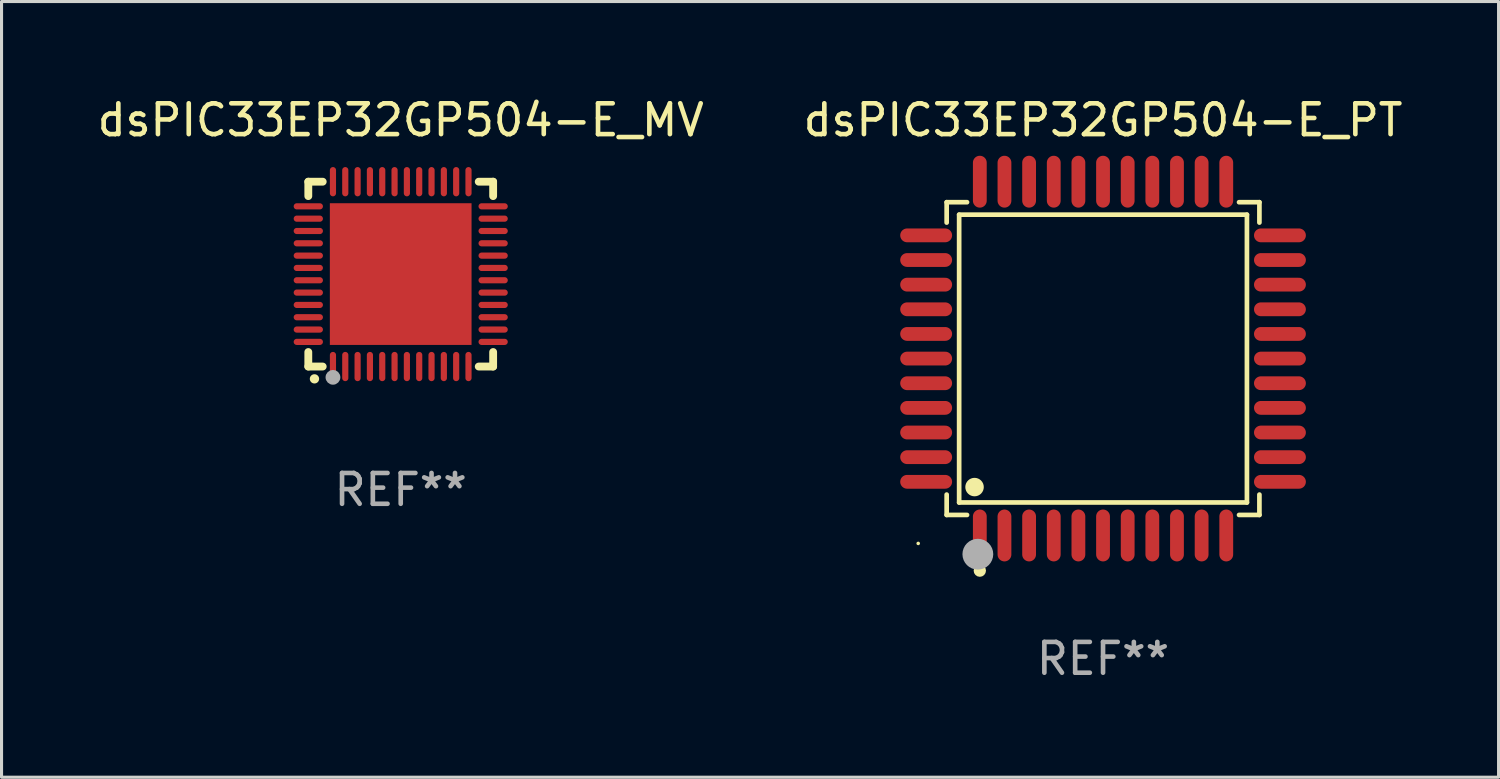
<source format=kicad_pcb>
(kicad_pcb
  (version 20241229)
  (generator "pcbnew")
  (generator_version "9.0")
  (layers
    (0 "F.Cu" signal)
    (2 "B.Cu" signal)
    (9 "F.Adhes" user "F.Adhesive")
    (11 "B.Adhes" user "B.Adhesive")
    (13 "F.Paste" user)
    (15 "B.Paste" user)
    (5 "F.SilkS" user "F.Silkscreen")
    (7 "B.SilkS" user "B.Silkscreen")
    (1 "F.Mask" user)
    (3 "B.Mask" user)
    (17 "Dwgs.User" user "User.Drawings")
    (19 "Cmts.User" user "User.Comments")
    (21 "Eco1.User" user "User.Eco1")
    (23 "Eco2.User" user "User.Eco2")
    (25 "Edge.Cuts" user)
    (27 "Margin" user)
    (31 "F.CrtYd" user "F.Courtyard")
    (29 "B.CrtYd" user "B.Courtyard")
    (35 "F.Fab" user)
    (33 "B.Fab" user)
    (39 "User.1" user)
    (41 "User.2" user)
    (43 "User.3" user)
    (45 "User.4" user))
  (footprint "dsPIC33EP32GP504-E_MV"
    (layer "F.Cu")
    (at 9.958 5.848)
    (property "Reference" "dsPIC33EP32GP504-E_MV" (at 0 -5 0) (layer "F.SilkS") (effects (font (size 1 1) (thickness 0.15))))
    (attr through_hole)
    (fp_line (start -3 -3) (end -2.532 -3) (stroke (width 0.254) (type solid)) (layer "F.SilkS"))
    (fp_line (start -3 -2.532) (end -3 -3) (stroke (width 0.254) (type solid)) (layer "F.SilkS"))
    (fp_line (start -3 3) (end -3 2.529) (stroke (width 0.254) (type solid)) (layer "F.SilkS"))
    (fp_line (start -2.532 3) (end -3 3) (stroke (width 0.254) (type solid)) (layer "F.SilkS"))
    (fp_line (start 2.532 -3) (end 3 -3) (stroke (width 0.254) (type solid)) (layer "F.SilkS"))
    (fp_line (start 3 -3) (end 3 -2.532) (stroke (width 0.254) (type solid)) (layer "F.SilkS"))
    (fp_line (start 3 2.529) (end 3 3) (stroke (width 0.254) (type solid)) (layer "F.SilkS"))
    (fp_line (start 3 3) (end 2.532 3) (stroke (width 0.254) (type solid)) (layer "F.SilkS"))
    (fp_arc (start -2.801295 3.400025) (mid -2.800025 3.40002) (end -2.798755 3.400025) (stroke (width 0.3) (type solid)) (layer "F.SilkS"))
    (fp_circle (center -3 3) (end -2.97 3) (stroke (width 0.06) (type solid)) (fill no) (layer "F.SilkS"))
    (fp_circle (center -2.2 3.35) (end -2.08 3.35) (stroke (width 0.24) (type solid)) (fill no) (layer "F.Fab"))
    (fp_text user "REF**" (at 0 7 0) (layer "F.Fab") (effects (font (size 1 1) (thickness 0.15))))
    (pad "1" smd oval (at -2.2 3) (size 0.2 0.95) (layers "F.Cu" "F.Mask" "F.Paste"))
    (pad "2" smd oval (at -1.8 3) (size 0.2 0.95) (layers "F.Cu" "F.Mask" "F.Paste"))
    (pad "3" smd oval (at -1.4 3) (size 0.2 0.95) (layers "F.Cu" "F.Mask" "F.Paste"))
    (pad "4" smd oval (at -1 3) (size 0.2 0.95) (layers "F.Cu" "F.Mask" "F.Paste"))
    (pad "5" smd oval (at -0.6 3) (size 0.2 0.95) (layers "F.Cu" "F.Mask" "F.Paste"))
    (pad "6" smd oval (at -0.2 3) (size 0.2 0.95) (layers "F.Cu" "F.Mask" "F.Paste"))
    (pad "7" smd oval (at 0.2 3) (size 0.2 0.95) (layers "F.Cu" "F.Mask" "F.Paste"))
    (pad "8" smd oval (at 0.6 3) (size 0.2 0.95) (layers "F.Cu" "F.Mask" "F.Paste"))
    (pad "9" smd oval (at 1 3) (size 0.2 0.95) (layers "F.Cu" "F.Mask" "F.Paste"))
    (pad "10" smd oval (at 1.4 3) (size 0.2 0.95) (layers "F.Cu" "F.Mask" "F.Paste"))
    (pad "11" smd oval (at 1.8 3) (size 0.2 0.95) (layers "F.Cu" "F.Mask" "F.Paste"))
    (pad "12" smd oval (at 2.2 3) (size 0.2 0.95) (layers "F.Cu" "F.Mask" "F.Paste"))
    (pad "13" smd oval (at 3 2.2 90) (size 0.2 0.95) (layers "F.Cu" "F.Mask" "F.Paste"))
    (pad "14" smd oval (at 3 1.8 90) (size 0.2 0.95) (layers "F.Cu" "F.Mask" "F.Paste"))
    (pad "15" smd oval (at 3 1.4 90) (size 0.2 0.95) (layers "F.Cu" "F.Mask" "F.Paste"))
    (pad "16" smd oval (at 3 1 90) (size 0.2 0.95) (layers "F.Cu" "F.Mask" "F.Paste"))
    (pad "17" smd oval (at 3 0.6 90) (size 0.2 0.95) (layers "F.Cu" "F.Mask" "F.Paste"))
    (pad "18" smd oval (at 3 0.2 90) (size 0.2 0.95) (layers "F.Cu" "F.Mask" "F.Paste"))
    (pad "19" smd oval (at 3 -0.2 90) (size 0.2 0.95) (layers "F.Cu" "F.Mask" "F.Paste"))
    (pad "20" smd oval (at 3 -0.6 90) (size 0.2 0.95) (layers "F.Cu" "F.Mask" "F.Paste"))
    (pad "21" smd oval (at 3 -1 90) (size 0.2 0.95) (layers "F.Cu" "F.Mask" "F.Paste"))
    (pad "22" smd oval (at 3 -1.4 90) (size 0.2 0.95) (layers "F.Cu" "F.Mask" "F.Paste"))
    (pad "23" smd oval (at 3 -1.8 90) (size 0.2 0.95) (layers "F.Cu" "F.Mask" "F.Paste"))
    (pad "24" smd oval (at 3 -2.2 90) (size 0.2 0.95) (layers "F.Cu" "F.Mask" "F.Paste"))
    (pad "25" smd oval (at 2.2 -3 180) (size 0.2 0.95) (layers "F.Cu" "F.Mask" "F.Paste"))
    (pad "26" smd oval (at 1.8 -3 180) (size 0.2 0.95) (layers "F.Cu" "F.Mask" "F.Paste"))
    (pad "27" smd oval (at 1.4 -3 180) (size 0.2 0.95) (layers "F.Cu" "F.Mask" "F.Paste"))
    (pad "28" smd oval (at 1 -3 180) (size 0.2 0.95) (layers "F.Cu" "F.Mask" "F.Paste"))
    (pad "29" smd oval (at 0.6 -3 180) (size 0.2 0.95) (layers "F.Cu" "F.Mask" "F.Paste"))
    (pad "30" smd oval (at 0.2 -3 180) (size 0.2 0.95) (layers "F.Cu" "F.Mask" "F.Paste"))
    (pad "31" smd oval (at -0.2 -3 180) (size 0.2 0.95) (layers "F.Cu" "F.Mask" "F.Paste"))
    (pad "32" smd oval (at -0.6 -3 180) (size 0.2 0.95) (layers "F.Cu" "F.Mask" "F.Paste"))
    (pad "33" smd oval (at -1 -3 180) (size 0.2 0.95) (layers "F.Cu" "F.Mask" "F.Paste"))
    (pad "34" smd oval (at -1.4 -3 180) (size 0.2 0.95) (layers "F.Cu" "F.Mask" "F.Paste"))
    (pad "35" smd oval (at -1.8 -3 180) (size 0.2 0.95) (layers "F.Cu" "F.Mask" "F.Paste"))
    (pad "36" smd oval (at -2.2 -3 180) (size 0.2 0.95) (layers "F.Cu" "F.Mask" "F.Paste"))
    (pad "37" smd oval (at -3 -2.2 270) (size 0.2 0.95) (layers "F.Cu" "F.Mask" "F.Paste"))
    (pad "38" smd oval (at -3 -1.8 270) (size 0.2 0.95) (layers "F.Cu" "F.Mask" "F.Paste"))
    (pad "39" smd oval (at -3 -1.4 270) (size 0.2 0.95) (layers "F.Cu" "F.Mask" "F.Paste"))
    (pad "40" smd oval (at -3 -1 270) (size 0.2 0.95) (layers "F.Cu" "F.Mask" "F.Paste"))
    (pad "41" smd oval (at -3 -0.6 270) (size 0.2 0.95) (layers "F.Cu" "F.Mask" "F.Paste"))
    (pad "42" smd oval (at -3 -0.2 270) (size 0.2 0.95) (layers "F.Cu" "F.Mask" "F.Paste"))
    (pad "43" smd oval (at -3 0.2 270) (size 0.2 0.95) (layers "F.Cu" "F.Mask" "F.Paste"))
    (pad "44" smd oval (at -3 0.6 270) (size 0.2 0.95) (layers "F.Cu" "F.Mask" "F.Paste"))
    (pad "45" smd oval (at -3 1 270) (size 0.2 0.95) (layers "F.Cu" "F.Mask" "F.Paste"))
    (pad "46" smd oval (at -3 1.4 270) (size 0.2 0.95) (layers "F.Cu" "F.Mask" "F.Paste"))
    (pad "47" smd oval (at -3 1.8 270) (size 0.2 0.95) (layers "F.Cu" "F.Mask" "F.Paste"))
    (pad "48" smd oval (at -3 2.2 270) (size 0.2 0.95) (layers "F.Cu" "F.Mask" "F.Paste"))
    (pad "49" smd rect (at -0.001 -0.001 180) (size 4.6 4.6) (layers "F.Cu" "F.Mask" "F.Paste")))
  (footprint "dsPIC33EP32GP504-E_PT"
    (layer "F.Cu")
    (at 32.756 8.59)
    (property "Reference" "dsPIC33EP32GP504-E_PT" (at 0 -7.742 0) (layer "F.SilkS") (effects (font (size 1 1) (thickness 0.15))))
    (attr through_hole)
    (fp_line (start -5.076 -5.076) (end -4.415 -5.076) (stroke (width 0.152) (type solid)) (layer "F.SilkS"))
    (fp_line (start -5.076 -4.415) (end -5.076 -5.076) (stroke (width 0.152) (type solid)) (layer "F.SilkS"))
    (fp_line (start -5.076 4.415) (end -5.076 5.076) (stroke (width 0.152) (type solid)) (layer "F.SilkS"))
    (fp_line (start -5.076 5.076) (end -4.415 5.076) (stroke (width 0.152) (type solid)) (layer "F.SilkS"))
    (fp_line (start -4.671 -4.671) (end 4.671 -4.671) (stroke (width 0.152) (type solid)) (layer "F.SilkS"))
    (fp_line (start -4.671 4.671) (end -4.671 -4.671) (stroke (width 0.152) (type solid)) (layer "F.SilkS"))
    (fp_line (start 4.671 -4.671) (end 4.671 4.671) (stroke (width 0.152) (type solid)) (layer "F.SilkS"))
    (fp_line (start 4.671 4.671) (end -4.671 4.671) (stroke (width 0.152) (type solid)) (layer "F.SilkS"))
    (fp_line (start 5.076 -5.076) (end 4.415 -5.076) (stroke (width 0.152) (type solid)) (layer "F.SilkS"))
    (fp_line (start 5.076 -4.415) (end 5.076 -5.076) (stroke (width 0.152) (type solid)) (layer "F.SilkS"))
    (fp_line (start 5.076 4.415) (end 5.076 5.076) (stroke (width 0.152) (type solid)) (layer "F.SilkS"))
    (fp_line (start 5.076 5.076) (end 4.415 5.076) (stroke (width 0.152) (type solid)) (layer "F.SilkS"))
    (fp_circle (center -6 6) (end -5.97 6) (stroke (width 0.06) (type solid)) (fill no) (layer "F.SilkS"))
    (fp_circle (center -4.171 4.171) (end -4.021 4.171) (stroke (width 0.3) (type solid)) (fill no) (layer "F.SilkS"))
    (fp_circle (center -4 6.884) (end -3.9 6.884) (stroke (width 0.2) (type solid)) (fill no) (layer "F.SilkS"))
    (fp_circle (center -4.064 6.35) (end -3.814 6.35) (stroke (width 0.5) (type solid)) (fill no) (layer "F.Fab"))
    (fp_text user "REF**" (at 0 9.742 0) (layer "F.Fab") (effects (font (size 1 1) (thickness 0.15))))
    (pad "1" smd oval (at -4 5.742) (size 0.448 1.684) (layers "F.Cu" "F.Mask" "F.Paste"))
    (pad "2" smd oval (at -3.2 5.742) (size 0.448 1.684) (layers "F.Cu" "F.Mask" "F.Paste"))
    (pad "3" smd oval (at -2.4 5.742) (size 0.448 1.684) (layers "F.Cu" "F.Mask" "F.Paste"))
    (pad "4" smd oval (at -1.6 5.742) (size 0.448 1.684) (layers "F.Cu" "F.Mask" "F.Paste"))
    (pad "5" smd oval (at -0.8 5.742) (size 0.448 1.684) (layers "F.Cu" "F.Mask" "F.Paste"))
    (pad "6" smd oval (at 0 5.742) (size 0.448 1.684) (layers "F.Cu" "F.Mask" "F.Paste"))
    (pad "7" smd oval (at 0.8 5.742) (size 0.448 1.684) (layers "F.Cu" "F.Mask" "F.Paste"))
    (pad "8" smd oval (at 1.6 5.742) (size 0.448 1.684) (layers "F.Cu" "F.Mask" "F.Paste"))
    (pad "9" smd oval (at 2.4 5.742) (size 0.448 1.684) (layers "F.Cu" "F.Mask" "F.Paste"))
    (pad "10" smd oval (at 3.2 5.742) (size 0.448 1.684) (layers "F.Cu" "F.Mask" "F.Paste"))
    (pad "11" smd oval (at 4 5.742) (size 0.448 1.684) (layers "F.Cu" "F.Mask" "F.Paste"))
    (pad "12" smd oval (at 5.742 4) (size 1.684 0.448) (layers "F.Cu" "F.Mask" "F.Paste"))
    (pad "13" smd oval (at 5.742 3.2) (size 1.684 0.448) (layers "F.Cu" "F.Mask" "F.Paste"))
    (pad "14" smd oval (at 5.742 2.4) (size 1.684 0.448) (layers "F.Cu" "F.Mask" "F.Paste"))
    (pad "15" smd oval (at 5.742 1.6) (size 1.684 0.448) (layers "F.Cu" "F.Mask" "F.Paste"))
    (pad "16" smd oval (at 5.742 0.8) (size 1.684 0.448) (layers "F.Cu" "F.Mask" "F.Paste"))
    (pad "17" smd oval (at 5.742 0) (size 1.684 0.448) (layers "F.Cu" "F.Mask" "F.Paste"))
    (pad "18" smd oval (at 5.742 -0.8) (size 1.684 0.448) (layers "F.Cu" "F.Mask" "F.Paste"))
    (pad "19" smd oval (at 5.742 -1.6) (size 1.684 0.448) (layers "F.Cu" "F.Mask" "F.Paste"))
    (pad "20" smd oval (at 5.742 -2.4) (size 1.684 0.448) (layers "F.Cu" "F.Mask" "F.Paste"))
    (pad "21" smd oval (at 5.742 -3.2) (size 1.684 0.448) (layers "F.Cu" "F.Mask" "F.Paste"))
    (pad "22" smd oval (at 5.742 -4) (size 1.684 0.448) (layers "F.Cu" "F.Mask" "F.Paste"))
    (pad "23" smd oval (at 4 -5.742) (size 0.448 1.684) (layers "F.Cu" "F.Mask" "F.Paste"))
    (pad "24" smd oval (at 3.2 -5.742) (size 0.448 1.684) (layers "F.Cu" "F.Mask" "F.Paste"))
    (pad "25" smd oval (at 2.4 -5.742) (size 0.448 1.684) (layers "F.Cu" "F.Mask" "F.Paste"))
    (pad "26" smd oval (at 1.6 -5.742) (size 0.448 1.684) (layers "F.Cu" "F.Mask" "F.Paste"))
    (pad "27" smd oval (at 0.8 -5.742) (size 0.448 1.684) (layers "F.Cu" "F.Mask" "F.Paste"))
    (pad "28" smd oval (at 0 -5.742) (size 0.448 1.684) (layers "F.Cu" "F.Mask" "F.Paste"))
    (pad "29" smd oval (at -0.8 -5.742) (size 0.448 1.684) (layers "F.Cu" "F.Mask" "F.Paste"))
    (pad "30" smd oval (at -1.6 -5.742) (size 0.448 1.684) (layers "F.Cu" "F.Mask" "F.Paste"))
    (pad "31" smd oval (at -2.4 -5.742) (size 0.448 1.684) (layers "F.Cu" "F.Mask" "F.Paste"))
    (pad "32" smd oval (at -3.2 -5.742) (size 0.448 1.684) (layers "F.Cu" "F.Mask" "F.Paste"))
    (pad "33" smd oval (at -4 -5.742) (size 0.448 1.684) (layers "F.Cu" "F.Mask" "F.Paste"))
    (pad "34" smd oval (at -5.742 -4) (size 1.684 0.448) (layers "F.Cu" "F.Mask" "F.Paste"))
    (pad "35" smd oval (at -5.742 -3.2) (size 1.684 0.448) (layers "F.Cu" "F.Mask" "F.Paste"))
    (pad "36" smd oval (at -5.742 -2.4) (size 1.684 0.448) (layers "F.Cu" "F.Mask" "F.Paste"))
    (pad "37" smd oval (at -5.742 -1.6) (size 1.684 0.448) (layers "F.Cu" "F.Mask" "F.Paste"))
    (pad "38" smd oval (at -5.742 -0.8) (size 1.684 0.448) (layers "F.Cu" "F.Mask" "F.Paste"))
    (pad "39" smd oval (at -5.742 0) (size 1.684 0.448) (layers "F.Cu" "F.Mask" "F.Paste"))
    (pad "40" smd oval (at -5.742 0.8) (size 1.684 0.448) (layers "F.Cu" "F.Mask" "F.Paste"))
    (pad "41" smd oval (at -5.742 1.6) (size 1.684 0.448) (layers "F.Cu" "F.Mask" "F.Paste"))
    (pad "42" smd oval (at -5.742 2.4) (size 1.684 0.448) (layers "F.Cu" "F.Mask" "F.Paste"))
    (pad "43" smd oval (at -5.742 3.2) (size 1.684 0.448) (layers "F.Cu" "F.Mask" "F.Paste"))
    (pad "44" smd oval (at -5.742 4) (size 1.684 0.448) (layers "F.Cu" "F.Mask" "F.Paste")))
  (gr_rect
    (start -3 -3)
    (end 45.595 22.18)
    (stroke (width 0.1) (type default))
    (fill no)
    (layer "Edge.Cuts")))
</source>
